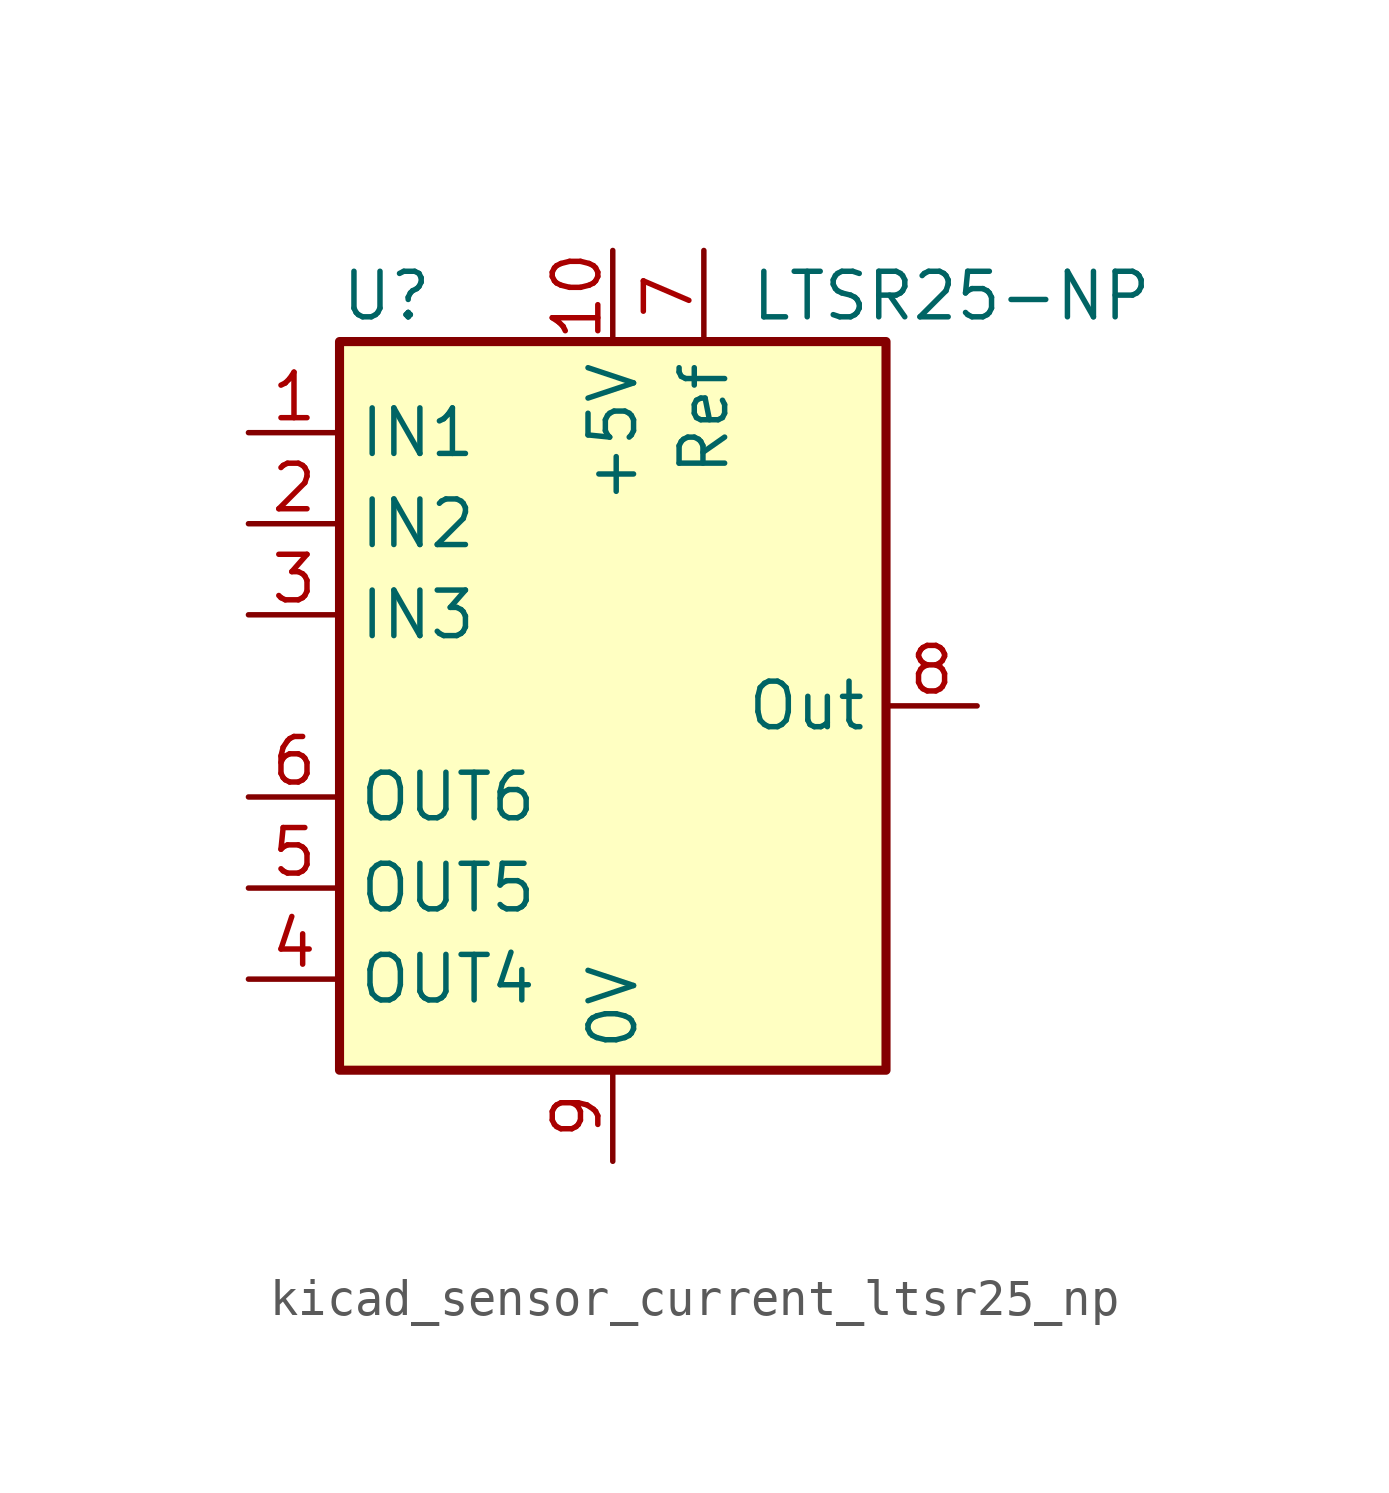
<source format=kicad_sym>
(kicad_symbol_lib
  (version 20220914)
  (generator kicad_symbol_editor)
  (symbol "kicad_sensor_current_ltsr25_np"
    (property "Reference" "U"
      (at -7.62 11.43 0)
      (effects (font (size 1.27 1.27)) (justify left)))
    (property "Value" "LTSR25-NP"
      (at 3.81 11.43 0)
      (effects (font (size 1.27 1.27)) (justify left)))
    (symbol "kicad_sensor_current_ltsr25_np_0_1"
      (rectangle (start -7.62 10.16) (end 7.62 -10.16) (stroke (width 0.254) (type default)) (fill (type background))))
    (symbol "kicad_sensor_current_ltsr25_np_1_1"
      (pin passive line (at -10.16 7.62 0) (length 2.54) (name "IN1" (effects (font (size 1.27 1.27)))) (number "1" (effects (font (size 1.27 1.27)))))
      (pin power_in line (at 0 12.7 270) (length 2.54) (name "+5V" (effects (font (size 1.27 1.27)))) (number "10" (effects (font (size 1.27 1.27)))))
      (pin passive line (at -10.16 5.08 0) (length 2.54) (name "IN2" (effects (font (size 1.27 1.27)))) (number "2" (effects (font (size 1.27 1.27)))))
      (pin passive line (at -10.16 2.54 0) (length 2.54) (name "IN3" (effects (font (size 1.27 1.27)))) (number "3" (effects (font (size 1.27 1.27)))))
      (pin passive line (at -10.16 -7.62 0) (length 2.54) (name "OUT4" (effects (font (size 1.27 1.27)))) (number "4" (effects (font (size 1.27 1.27)))))
      (pin passive line (at -10.16 -5.08 0) (length 2.54) (name "OUT5" (effects (font (size 1.27 1.27)))) (number "5" (effects (font (size 1.27 1.27)))))
      (pin passive line (at -10.16 -2.54 0) (length 2.54) (name "OUT6" (effects (font (size 1.27 1.27)))) (number "6" (effects (font (size 1.27 1.27)))))
      (pin passive line (at 2.54 12.7 270) (length 2.54) (name "Ref" (effects (font (size 1.27 1.27)))) (number "7" (effects (font (size 1.27 1.27)))))
      (pin output line (at 10.16 0 180) (length 2.54) (name "Out" (effects (font (size 1.27 1.27)))) (number "8" (effects (font (size 1.27 1.27)))))
      (pin power_in line (at 0 -12.7 90) (length 2.54) (name "0V" (effects (font (size 1.27 1.27)))) (number "9" (effects (font (size 1.27 1.27))))))))
</source>
